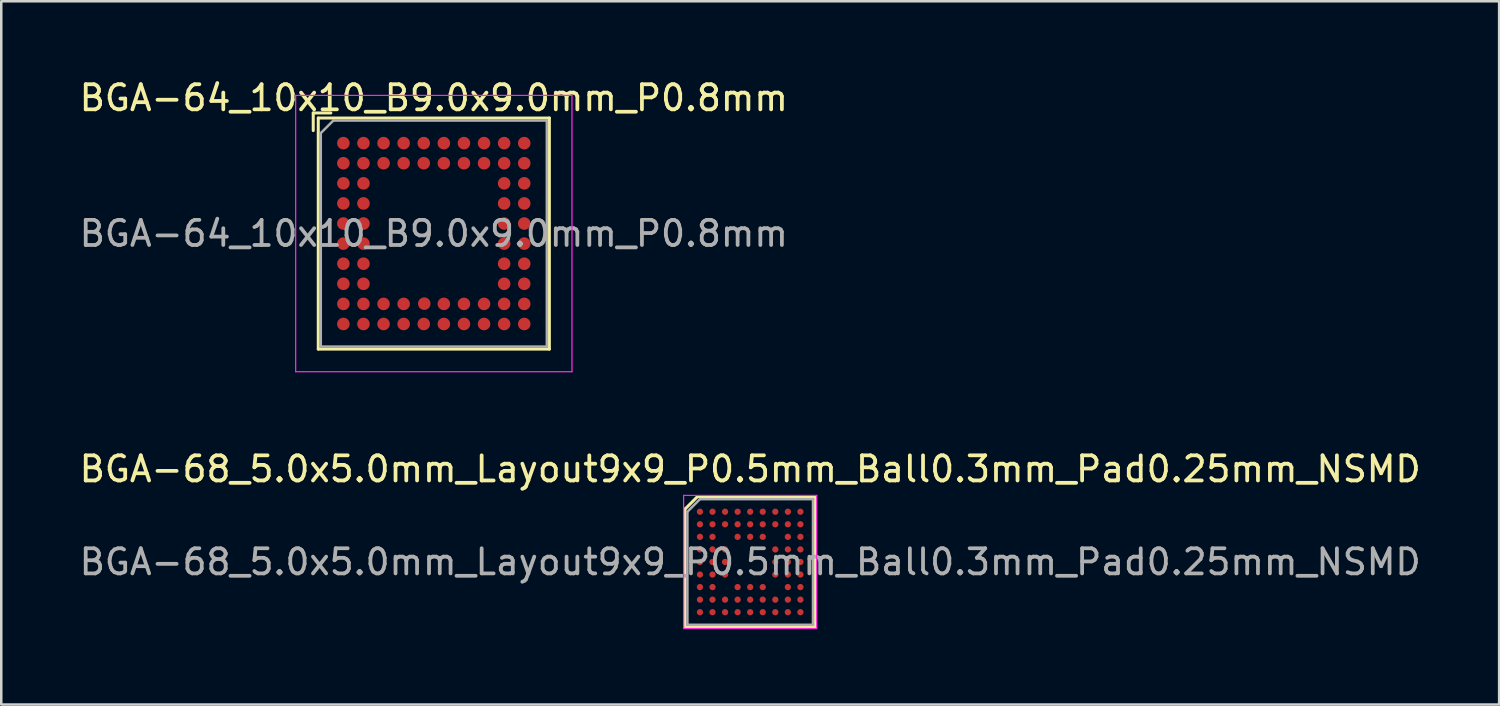
<source format=kicad_pcb>
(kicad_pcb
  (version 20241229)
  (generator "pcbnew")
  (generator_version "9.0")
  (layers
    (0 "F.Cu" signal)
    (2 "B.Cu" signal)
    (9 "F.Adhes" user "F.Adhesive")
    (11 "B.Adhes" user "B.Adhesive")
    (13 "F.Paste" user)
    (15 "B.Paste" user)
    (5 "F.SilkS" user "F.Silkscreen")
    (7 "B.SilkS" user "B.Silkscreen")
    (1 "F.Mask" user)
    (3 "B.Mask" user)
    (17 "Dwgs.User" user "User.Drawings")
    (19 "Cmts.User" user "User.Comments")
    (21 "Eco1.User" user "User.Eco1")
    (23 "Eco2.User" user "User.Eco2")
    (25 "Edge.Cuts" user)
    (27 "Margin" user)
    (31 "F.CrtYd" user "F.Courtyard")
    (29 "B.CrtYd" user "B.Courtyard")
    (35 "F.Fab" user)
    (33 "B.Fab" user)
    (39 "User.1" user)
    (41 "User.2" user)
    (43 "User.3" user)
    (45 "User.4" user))
  (footprint "BGA-68_5.0x5.0mm_Layout9x9_P0.5mm_Ball0.3mm_Pad0.25mm_NSMD"
    (layer "F.Cu")
    (at 26.815 19.322)
    (property "Reference" "BGA-68_5.0x5.0mm_Layout9x9_P0.5mm_Ball0.3mm_Pad0.25mm_NSMD" (at 0 -3.7 0) (layer "F.SilkS") (effects (font (size 1 1) (thickness 0.15))))
    (attr smd)
    (fp_line (start -2.6 -2.1) (end -2.6 2.6) (stroke (width 0.12) (type solid)) (layer "F.SilkS"))
    (fp_line (start -2.6 2.6) (end 2.6 2.6) (stroke (width 0.12) (type solid)) (layer "F.SilkS"))
    (fp_line (start -2.1 -2.6) (end -2.6 -2.1) (stroke (width 0.12) (type solid)) (layer "F.SilkS"))
    (fp_line (start 2.6 -2.6) (end -2.1 -2.6) (stroke (width 0.12) (type solid)) (layer "F.SilkS"))
    (fp_line (start 2.6 2.6) (end 2.6 -2.6) (stroke (width 0.12) (type solid)) (layer "F.SilkS"))
    (fp_line (start -2.65 -2.65) (end 2.65 -2.65) (stroke (width 0.05) (type solid)) (layer "F.CrtYd"))
    (fp_line (start -2.65 2.65) (end -2.65 -2.65) (stroke (width 0.05) (type solid)) (layer "F.CrtYd"))
    (fp_line (start 2.65 -2.65) (end 2.65 2.65) (stroke (width 0.05) (type solid)) (layer "F.CrtYd"))
    (fp_line (start 2.65 2.65) (end -2.65 2.65) (stroke (width 0.05) (type solid)) (layer "F.CrtYd"))
    (fp_line (start -2.5 -2) (end -2.5 2.5) (stroke (width 0.1) (type solid)) (layer "F.Fab"))
    (fp_line (start -2.5 2.5) (end 2.5 2.5) (stroke (width 0.1) (type solid)) (layer "F.Fab"))
    (fp_line (start -2 -2.5) (end -2.5 -2) (stroke (width 0.1) (type solid)) (layer "F.Fab"))
    (fp_line (start 2.5 -2.5) (end -2 -2.5) (stroke (width 0.1) (type solid)) (layer "F.Fab"))
    (fp_line (start 2.5 2.5) (end 2.5 -2.5) (stroke (width 0.1) (type solid)) (layer "F.Fab"))
    (fp_text user "${REFERENCE}" (at 0 0 0) (layer "F.Fab") (effects (font (size 1 1) (thickness 0.15))))
    (pad "A1" smd circle (at -2 -2) (size 0.25 0.25) (layers "F.Cu" "F.Mask" "F.Paste"))
    (pad "A2" smd circle (at -1.5 -2) (size 0.25 0.25) (layers "F.Cu" "F.Mask" "F.Paste"))
    (pad "A3" smd circle (at -1 -2) (size 0.25 0.25) (layers "F.Cu" "F.Mask" "F.Paste"))
    (pad "A4" smd circle (at -0.5 -2) (size 0.25 0.25) (layers "F.Cu" "F.Mask" "F.Paste"))
    (pad "A5" smd circle (at 0 -2) (size 0.25 0.25) (layers "F.Cu" "F.Mask" "F.Paste"))
    (pad "A6" smd circle (at 0.5 -2) (size 0.25 0.25) (layers "F.Cu" "F.Mask" "F.Paste"))
    (pad "A7" smd circle (at 1 -2) (size 0.25 0.25) (layers "F.Cu" "F.Mask" "F.Paste"))
    (pad "A8" smd circle (at 1.5 -2) (size 0.25 0.25) (layers "F.Cu" "F.Mask" "F.Paste"))
    (pad "A9" smd circle (at 2 -2) (size 0.25 0.25) (layers "F.Cu" "F.Mask" "F.Paste"))
    (pad "B1" smd circle (at -2 -1.5) (size 0.25 0.25) (layers "F.Cu" "F.Mask" "F.Paste"))
    (pad "B2" smd circle (at -1.5 -1.5) (size 0.25 0.25) (layers "F.Cu" "F.Mask" "F.Paste"))
    (pad "B3" smd circle (at -1 -1.5) (size 0.25 0.25) (layers "F.Cu" "F.Mask" "F.Paste"))
    (pad "B4" smd circle (at -0.5 -1.5) (size 0.25 0.25) (layers "F.Cu" "F.Mask" "F.Paste"))
    (pad "B5" smd circle (at 0 -1.5) (size 0.25 0.25) (layers "F.Cu" "F.Mask" "F.Paste"))
    (pad "B6" smd circle (at 0.5 -1.5) (size 0.25 0.25) (layers "F.Cu" "F.Mask" "F.Paste"))
    (pad "B7" smd circle (at 1 -1.5) (size 0.25 0.25) (layers "F.Cu" "F.Mask" "F.Paste"))
    (pad "B8" smd circle (at 1.5 -1.5) (size 0.25 0.25) (layers "F.Cu" "F.Mask" "F.Paste"))
    (pad "B9" smd circle (at 2 -1.5) (size 0.25 0.25) (layers "F.Cu" "F.Mask" "F.Paste"))
    (pad "C1" smd circle (at -2 -1) (size 0.25 0.25) (layers "F.Cu" "F.Mask" "F.Paste"))
    (pad "C2" smd circle (at -1.5 -1) (size 0.25 0.25) (layers "F.Cu" "F.Mask" "F.Paste"))
    (pad "C4" smd circle (at -0.5 -1) (size 0.25 0.25) (layers "F.Cu" "F.Mask" "F.Paste"))
    (pad "C5" smd circle (at 0 -1) (size 0.25 0.25) (layers "F.Cu" "F.Mask" "F.Paste"))
    (pad "C6" smd circle (at 0.5 -1) (size 0.25 0.25) (layers "F.Cu" "F.Mask" "F.Paste"))
    (pad "C8" smd circle (at 1.5 -1) (size 0.25 0.25) (layers "F.Cu" "F.Mask" "F.Paste"))
    (pad "C9" smd circle (at 2 -1) (size 0.25 0.25) (layers "F.Cu" "F.Mask" "F.Paste"))
    (pad "D1" smd circle (at -2 -0.5) (size 0.25 0.25) (layers "F.Cu" "F.Mask" "F.Paste"))
    (pad "D2" smd circle (at -1.5 -0.5) (size 0.25 0.25) (layers "F.Cu" "F.Mask" "F.Paste"))
    (pad "D3" smd circle (at -1 -0.5) (size 0.25 0.25) (layers "F.Cu" "F.Mask" "F.Paste"))
    (pad "D7" smd circle (at 1 -0.5) (size 0.25 0.25) (layers "F.Cu" "F.Mask" "F.Paste"))
    (pad "D8" smd circle (at 1.5 -0.5) (size 0.25 0.25) (layers "F.Cu" "F.Mask" "F.Paste"))
    (pad "D9" smd circle (at 2 -0.5) (size 0.25 0.25) (layers "F.Cu" "F.Mask" "F.Paste"))
    (pad "E1" smd circle (at -2 0) (size 0.25 0.25) (layers "F.Cu" "F.Mask" "F.Paste"))
    (pad "E2" smd circle (at -1.5 0) (size 0.25 0.25) (layers "F.Cu" "F.Mask" "F.Paste"))
    (pad "E3" smd circle (at -1 0) (size 0.25 0.25) (layers "F.Cu" "F.Mask" "F.Paste"))
    (pad "E7" smd circle (at 1 0) (size 0.25 0.25) (layers "F.Cu" "F.Mask" "F.Paste"))
    (pad "E8" smd circle (at 1.5 0) (size 0.25 0.25) (layers "F.Cu" "F.Mask" "F.Paste"))
    (pad "E9" smd circle (at 2 0) (size 0.25 0.25) (layers "F.Cu" "F.Mask" "F.Paste"))
    (pad "F1" smd circle (at -2 0.5) (size 0.25 0.25) (layers "F.Cu" "F.Mask" "F.Paste"))
    (pad "F2" smd circle (at -1.5 0.5) (size 0.25 0.25) (layers "F.Cu" "F.Mask" "F.Paste"))
    (pad "F3" smd circle (at -1 0.5) (size 0.25 0.25) (layers "F.Cu" "F.Mask" "F.Paste"))
    (pad "F7" smd circle (at 1 0.5) (size 0.25 0.25) (layers "F.Cu" "F.Mask" "F.Paste"))
    (pad "F8" smd circle (at 1.5 0.5) (size 0.25 0.25) (layers "F.Cu" "F.Mask" "F.Paste"))
    (pad "F9" smd circle (at 2 0.5) (size 0.25 0.25) (layers "F.Cu" "F.Mask" "F.Paste"))
    (pad "G1" smd circle (at -2 1) (size 0.25 0.25) (layers "F.Cu" "F.Mask" "F.Paste"))
    (pad "G2" smd circle (at -1.5 1) (size 0.25 0.25) (layers "F.Cu" "F.Mask" "F.Paste"))
    (pad "G4" smd circle (at -0.5 1) (size 0.25 0.25) (layers "F.Cu" "F.Mask" "F.Paste"))
    (pad "G5" smd circle (at 0 1) (size 0.25 0.25) (layers "F.Cu" "F.Mask" "F.Paste"))
    (pad "G6" smd circle (at 0.5 1) (size 0.25 0.25) (layers "F.Cu" "F.Mask" "F.Paste"))
    (pad "G8" smd circle (at 1.5 1) (size 0.25 0.25) (layers "F.Cu" "F.Mask" "F.Paste"))
    (pad "G9" smd circle (at 2 1) (size 0.25 0.25) (layers "F.Cu" "F.Mask" "F.Paste"))
    (pad "H1" smd circle (at -2 1.5) (size 0.25 0.25) (layers "F.Cu" "F.Mask" "F.Paste"))
    (pad "H2" smd circle (at -1.5 1.5) (size 0.25 0.25) (layers "F.Cu" "F.Mask" "F.Paste"))
    (pad "H3" smd circle (at -1 1.5) (size 0.25 0.25) (layers "F.Cu" "F.Mask" "F.Paste"))
    (pad "H4" smd circle (at -0.5 1.5) (size 0.25 0.25) (layers "F.Cu" "F.Mask" "F.Paste"))
    (pad "H5" smd circle (at 0 1.5) (size 0.25 0.25) (layers "F.Cu" "F.Mask" "F.Paste"))
    (pad "H6" smd circle (at 0.5 1.5) (size 0.25 0.25) (layers "F.Cu" "F.Mask" "F.Paste"))
    (pad "H7" smd circle (at 1 1.5) (size 0.25 0.25) (layers "F.Cu" "F.Mask" "F.Paste"))
    (pad "H8" smd circle (at 1.5 1.5) (size 0.25 0.25) (layers "F.Cu" "F.Mask" "F.Paste"))
    (pad "H9" smd circle (at 2 1.5) (size 0.25 0.25) (layers "F.Cu" "F.Mask" "F.Paste"))
    (pad "J1" smd circle (at -2 2) (size 0.25 0.25) (layers "F.Cu" "F.Mask" "F.Paste"))
    (pad "J2" smd circle (at -1.5 2) (size 0.25 0.25) (layers "F.Cu" "F.Mask" "F.Paste"))
    (pad "J3" smd circle (at -1 2) (size 0.25 0.25) (layers "F.Cu" "F.Mask" "F.Paste"))
    (pad "J4" smd circle (at -0.5 2) (size 0.25 0.25) (layers "F.Cu" "F.Mask" "F.Paste"))
    (pad "J5" smd circle (at 0 2) (size 0.25 0.25) (layers "F.Cu" "F.Mask" "F.Paste"))
    (pad "J6" smd circle (at 0.5 2) (size 0.25 0.25) (layers "F.Cu" "F.Mask" "F.Paste"))
    (pad "J7" smd circle (at 1 2) (size 0.25 0.25) (layers "F.Cu" "F.Mask" "F.Paste"))
    (pad "J8" smd circle (at 1.5 2) (size 0.25 0.25) (layers "F.Cu" "F.Mask" "F.Paste"))
    (pad "J9" smd circle (at 2 2) (size 0.25 0.25) (layers "F.Cu" "F.Mask" "F.Paste")))
  (footprint "BGA-64_10x10_B9.0x9.0mm_P0.8mm"
    (layer "F.Cu")
    (at 14.22 6.248)
    (property "Reference" "BGA-64_10x10_B9.0x9.0mm_P0.8mm" (at 0 -5.4 0) (layer "F.SilkS") (effects (font (size 1 1) (thickness 0.15))))
    (attr smd)
    (fp_line (start -4.8 -4.8) (end -4.1 -4.8) (stroke (width 0.12) (type solid)) (layer "F.SilkS"))
    (fp_line (start -4.8 -4.1) (end -4.8 -4.8) (stroke (width 0.12) (type solid)) (layer "F.SilkS"))
    (fp_line (start -4.6 -4.6) (end -4.6 4.6) (stroke (width 0.12) (type solid)) (layer "F.SilkS"))
    (fp_line (start -4.6 4.6) (end 4.6 4.6) (stroke (width 0.12) (type solid)) (layer "F.SilkS"))
    (fp_line (start 4.6 -4.6) (end -4.6 -4.6) (stroke (width 0.12) (type solid)) (layer "F.SilkS"))
    (fp_line (start 4.6 4.6) (end 4.6 -4.6) (stroke (width 0.12) (type solid)) (layer "F.SilkS"))
    (fp_line (start -5.5 -5.5) (end -5.5 5.5) (stroke (width 0.05) (type solid)) (layer "F.CrtYd"))
    (fp_line (start -5.5 -5.5) (end 5.5 -5.5) (stroke (width 0.05) (type solid)) (layer "F.CrtYd"))
    (fp_line (start 5.5 5.5) (end -5.5 5.5) (stroke (width 0.05) (type solid)) (layer "F.CrtYd"))
    (fp_line (start 5.5 5.5) (end 5.5 -5.5) (stroke (width 0.05) (type solid)) (layer "F.CrtYd"))
    (fp_line (start -4.5 -4) (end -4.5 4.5) (stroke (width 0.1) (type solid)) (layer "F.Fab"))
    (fp_line (start -4.5 4.5) (end 4.5 4.5) (stroke (width 0.1) (type solid)) (layer "F.Fab"))
    (fp_line (start -4 -4.5) (end -4.5 -4) (stroke (width 0.1) (type solid)) (layer "F.Fab"))
    (fp_line (start 4.5 -4.5) (end -4 -4.5) (stroke (width 0.1) (type solid)) (layer "F.Fab"))
    (fp_line (start 4.5 4.5) (end 4.5 -4.5) (stroke (width 0.1) (type solid)) (layer "F.Fab"))
    (fp_text user "${REFERENCE}" (at 0 0 0) (layer "F.Fab") (effects (font (size 1 1) (thickness 0.15))))
    (pad "A1" smd circle (at -3.6 -3.6) (size 0.5 0.5) (layers "F.Cu" "F.Mask" "F.Paste"))
    (pad "A2" smd circle (at -2.8 -3.6) (size 0.5 0.5) (layers "F.Cu" "F.Mask" "F.Paste"))
    (pad "A3" smd circle (at -2 -3.6) (size 0.5 0.5) (layers "F.Cu" "F.Mask" "F.Paste"))
    (pad "A4" smd circle (at -1.2 -3.6) (size 0.5 0.5) (layers "F.Cu" "F.Mask" "F.Paste"))
    (pad "A5" smd circle (at -0.4 -3.6) (size 0.5 0.5) (layers "F.Cu" "F.Mask" "F.Paste"))
    (pad "A6" smd circle (at 0.4 -3.6) (size 0.5 0.5) (layers "F.Cu" "F.Mask" "F.Paste"))
    (pad "A7" smd circle (at 1.2 -3.6) (size 0.5 0.5) (layers "F.Cu" "F.Mask" "F.Paste"))
    (pad "A8" smd circle (at 2 -3.6) (size 0.5 0.5) (layers "F.Cu" "F.Mask" "F.Paste"))
    (pad "A9" smd circle (at 2.8 -3.6) (size 0.5 0.5) (layers "F.Cu" "F.Mask" "F.Paste"))
    (pad "A10" smd circle (at 3.6 -3.6) (size 0.5 0.5) (layers "F.Cu" "F.Mask" "F.Paste"))
    (pad "B1" smd circle (at -3.6 -2.8) (size 0.5 0.5) (layers "F.Cu" "F.Mask" "F.Paste"))
    (pad "B2" smd circle (at -2.8 -2.8) (size 0.5 0.5) (layers "F.Cu" "F.Mask" "F.Paste"))
    (pad "B3" smd circle (at -2 -2.8) (size 0.5 0.5) (layers "F.Cu" "F.Mask" "F.Paste"))
    (pad "B4" smd circle (at -1.2 -2.8) (size 0.5 0.5) (layers "F.Cu" "F.Mask" "F.Paste"))
    (pad "B5" smd circle (at -0.4 -2.8) (size 0.5 0.5) (layers "F.Cu" "F.Mask" "F.Paste"))
    (pad "B6" smd circle (at 0.4 -2.8) (size 0.5 0.5) (layers "F.Cu" "F.Mask" "F.Paste"))
    (pad "B7" smd circle (at 1.2 -2.8) (size 0.5 0.5) (layers "F.Cu" "F.Mask" "F.Paste"))
    (pad "B8" smd circle (at 2 -2.8) (size 0.5 0.5) (layers "F.Cu" "F.Mask" "F.Paste"))
    (pad "B9" smd circle (at 2.8 -2.8) (size 0.5 0.5) (layers "F.Cu" "F.Mask" "F.Paste"))
    (pad "B10" smd circle (at 3.6 -2.8) (size 0.5 0.5) (layers "F.Cu" "F.Mask" "F.Paste"))
    (pad "C1" smd circle (at -3.6 -2) (size 0.5 0.5) (layers "F.Cu" "F.Mask" "F.Paste"))
    (pad "C2" smd circle (at -2.8 -2) (size 0.5 0.5) (layers "F.Cu" "F.Mask" "F.Paste"))
    (pad "C9" smd circle (at 2.8 -2) (size 0.5 0.5) (layers "F.Cu" "F.Mask" "F.Paste"))
    (pad "C10" smd circle (at 3.6 -2) (size 0.5 0.5) (layers "F.Cu" "F.Mask" "F.Paste"))
    (pad "D1" smd circle (at -3.6 -1.2) (size 0.5 0.5) (layers "F.Cu" "F.Mask" "F.Paste"))
    (pad "D2" smd circle (at -2.8 -1.2) (size 0.5 0.5) (layers "F.Cu" "F.Mask" "F.Paste"))
    (pad "D9" smd circle (at 2.8 -1.2) (size 0.5 0.5) (layers "F.Cu" "F.Mask" "F.Paste"))
    (pad "D10" smd circle (at 3.6 -1.2) (size 0.5 0.5) (layers "F.Cu" "F.Mask" "F.Paste"))
    (pad "E1" smd circle (at -3.6 -0.4) (size 0.5 0.5) (layers "F.Cu" "F.Mask" "F.Paste"))
    (pad "E2" smd circle (at -2.8 -0.4) (size 0.5 0.5) (layers "F.Cu" "F.Mask" "F.Paste"))
    (pad "E9" smd circle (at 2.8 -0.4) (size 0.5 0.5) (layers "F.Cu" "F.Mask" "F.Paste"))
    (pad "E10" smd circle (at 3.6 -0.4) (size 0.5 0.5) (layers "F.Cu" "F.Mask" "F.Paste"))
    (pad "F1" smd circle (at -3.6 0.4) (size 0.5 0.5) (layers "F.Cu" "F.Mask" "F.Paste"))
    (pad "F2" smd circle (at -2.8 0.4) (size 0.5 0.5) (layers "F.Cu" "F.Mask" "F.Paste"))
    (pad "F9" smd circle (at 2.8 0.4) (size 0.5 0.5) (layers "F.Cu" "F.Mask" "F.Paste"))
    (pad "F10" smd circle (at 3.6 0.4) (size 0.5 0.5) (layers "F.Cu" "F.Mask" "F.Paste"))
    (pad "G1" smd circle (at -3.6 1.2) (size 0.5 0.5) (layers "F.Cu" "F.Mask" "F.Paste"))
    (pad "G2" smd circle (at -2.8 1.2) (size 0.5 0.5) (layers "F.Cu" "F.Mask" "F.Paste"))
    (pad "G9" smd circle (at 2.8 1.2) (size 0.5 0.5) (layers "F.Cu" "F.Mask" "F.Paste"))
    (pad "G10" smd circle (at 3.6 1.2) (size 0.5 0.5) (layers "F.Cu" "F.Mask" "F.Paste"))
    (pad "H1" smd circle (at -3.6 2) (size 0.5 0.5) (layers "F.Cu" "F.Mask" "F.Paste"))
    (pad "H2" smd circle (at -2.8 2) (size 0.5 0.5) (layers "F.Cu" "F.Mask" "F.Paste"))
    (pad "H9" smd circle (at 2.8 2) (size 0.5 0.5) (layers "F.Cu" "F.Mask" "F.Paste"))
    (pad "H10" smd circle (at 3.6 2) (size 0.5 0.5) (layers "F.Cu" "F.Mask" "F.Paste"))
    (pad "J1" smd circle (at -3.6 2.8) (size 0.5 0.5) (layers "F.Cu" "F.Mask" "F.Paste"))
    (pad "J2" smd circle (at -2.8 2.8) (size 0.5 0.5) (layers "F.Cu" "F.Mask" "F.Paste"))
    (pad "J3" smd circle (at -2 2.8) (size 0.5 0.5) (layers "F.Cu" "F.Mask" "F.Paste"))
    (pad "J4" smd circle (at -1.2 2.8) (size 0.5 0.5) (layers "F.Cu" "F.Mask" "F.Paste"))
    (pad "J5" smd circle (at -0.38 2.79) (size 0.5 0.5) (layers "F.Cu" "F.Mask" "F.Paste"))
    (pad "J6" smd circle (at 0.4 2.8) (size 0.5 0.5) (layers "F.Cu" "F.Mask" "F.Paste"))
    (pad "J7" smd circle (at 1.2 2.8) (size 0.5 0.5) (layers "F.Cu" "F.Mask" "F.Paste"))
    (pad "J8" smd circle (at 2 2.8) (size 0.5 0.5) (layers "F.Cu" "F.Mask" "F.Paste"))
    (pad "J9" smd circle (at 2.8 2.8) (size 0.5 0.5) (layers "F.Cu" "F.Mask" "F.Paste"))
    (pad "J10" smd circle (at 3.6 2.8) (size 0.5 0.5) (layers "F.Cu" "F.Mask" "F.Paste"))
    (pad "K1" smd circle (at -3.6 3.6) (size 0.5 0.5) (layers "F.Cu" "F.Mask" "F.Paste"))
    (pad "K2" smd circle (at -2.8 3.6) (size 0.5 0.5) (layers "F.Cu" "F.Mask" "F.Paste"))
    (pad "K3" smd circle (at -2 3.6) (size 0.5 0.5) (layers "F.Cu" "F.Mask" "F.Paste"))
    (pad "K4" smd circle (at -1.2 3.6) (size 0.5 0.5) (layers "F.Cu" "F.Mask" "F.Paste"))
    (pad "K5" smd circle (at -0.4 3.6) (size 0.5 0.5) (layers "F.Cu" "F.Mask" "F.Paste"))
    (pad "K6" smd circle (at 0.4 3.6) (size 0.5 0.5) (layers "F.Cu" "F.Mask" "F.Paste"))
    (pad "K7" smd circle (at 1.2 3.6) (size 0.5 0.5) (layers "F.Cu" "F.Mask" "F.Paste"))
    (pad "K8" smd circle (at 2 3.6) (size 0.5 0.5) (layers "F.Cu" "F.Mask" "F.Paste"))
    (pad "K9" smd circle (at 2.8 3.6) (size 0.5 0.5) (layers "F.Cu" "F.Mask" "F.Paste"))
    (pad "K10" smd circle (at 3.6 3.6) (size 0.5 0.5) (layers "F.Cu" "F.Mask" "F.Paste")))
  (gr_rect
    (start -3 -3)
    (end 56.631 24.997)
    (stroke (width 0.1) (type default))
    (fill no)
    (layer "Edge.Cuts")))
</source>
